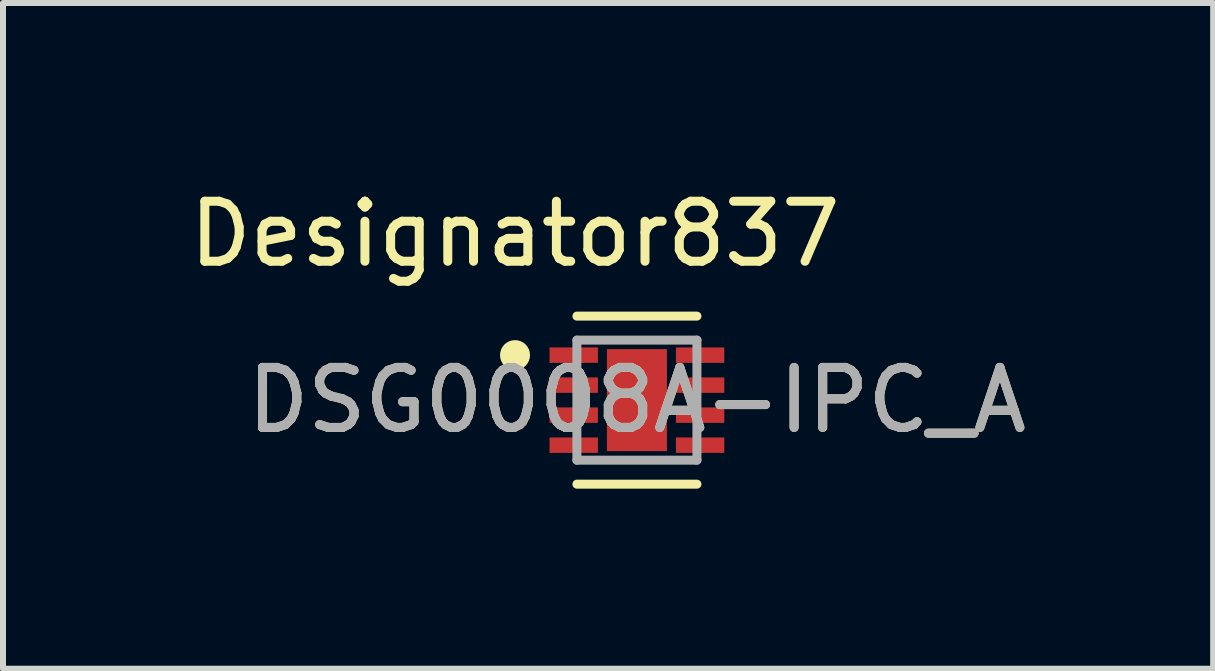
<source format=kicad_pcb>
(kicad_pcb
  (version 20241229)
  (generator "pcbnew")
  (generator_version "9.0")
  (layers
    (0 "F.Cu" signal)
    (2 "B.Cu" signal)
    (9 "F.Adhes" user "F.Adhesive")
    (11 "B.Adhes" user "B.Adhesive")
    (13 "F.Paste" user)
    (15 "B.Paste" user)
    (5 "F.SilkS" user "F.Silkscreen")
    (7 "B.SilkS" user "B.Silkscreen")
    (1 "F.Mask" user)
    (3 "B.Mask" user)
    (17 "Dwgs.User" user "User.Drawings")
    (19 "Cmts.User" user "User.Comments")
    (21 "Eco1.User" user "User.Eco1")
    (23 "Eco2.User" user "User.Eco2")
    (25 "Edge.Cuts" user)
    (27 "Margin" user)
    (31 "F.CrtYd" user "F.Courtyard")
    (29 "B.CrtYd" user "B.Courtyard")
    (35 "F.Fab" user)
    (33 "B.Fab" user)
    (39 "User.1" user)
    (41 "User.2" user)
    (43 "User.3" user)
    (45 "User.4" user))
  (footprint "DSG0008A-IPC_A"
    (layer "F.Cu")
    (at 7.562 3.617)
    (property "Reference" "DSG0008A-IPC_A" (at 0 0 0) (unlocked yes) (layer "F.SilkS") (effects (font (size 1 1) (thickness 0.15))))
    (attr smd)
    (fp_line (start -1 -1.4) (end 1 -1.4) (stroke (width 0.15) (type solid)) (layer "F.SilkS"))
    (fp_line (start -1 1.4) (end 1 1.4) (stroke (width 0.15) (type solid)) (layer "F.SilkS"))
    (fp_circle (center -2.031 -0.75) (end -1.906 -0.75) (stroke (width 0.25) (type solid)) (fill no) (layer "F.SilkS"))
    (fp_poly (pts (xy -0.273 0.623) (xy 0.273 0.623) (xy 0.273 -0.623) (xy -0.273 -0.623)) (stroke (width 0) (type solid)) (fill yes) (layer "F.Paste"))
    (fp_line (start -1 -1) (end 1 -1) (stroke (width 0.15) (type solid)) (layer "F.Fab"))
    (fp_line (start -1 1) (end -1 -1) (stroke (width 0.15) (type solid)) (layer "F.Fab"))
    (fp_line (start -1 1) (end 1 1) (stroke (width 0.15) (type solid)) (layer "F.Fab"))
    (fp_line (start 1 1) (end 1 -1) (stroke (width 0.15) (type solid)) (layer "F.Fab"))
    (fp_text user "Designator837" (at -2.032 -2.769 0) (unlocked yes) (layer "F.SilkS") (effects (font (size 1 1) (thickness 0.15))))
    (fp_text user "${REFERENCE}" (at 0 0 0) (unlocked yes) (layer "F.Fab") (effects (font (size 1 1) (thickness 0.15))))
    (pad "1" smd rect (at -1.053 -0.75) (size 0.806 0.257) (layers "F.Cu" "F.Mask" "F.Paste"))
    (pad "2" smd rect (at -1.053 -0.25) (size 0.806 0.257) (layers "F.Cu" "F.Mask" "F.Paste"))
    (pad "3" smd rect (at -1.053 0.25) (size 0.806 0.257) (layers "F.Cu" "F.Mask" "F.Paste"))
    (pad "4" smd rect (at -1.053 0.75) (size 0.806 0.257) (layers "F.Cu" "F.Mask" "F.Paste"))
    (pad "5" smd rect (at 1.053 0.75) (size 0.806 0.257) (layers "F.Cu" "F.Mask" "F.Paste"))
    (pad "6" smd rect (at 1.053 0.25) (size 0.806 0.257) (layers "F.Cu" "F.Mask" "F.Paste"))
    (pad "7" smd rect (at 1.053 -0.25) (size 0.806 0.257) (layers "F.Cu" "F.Mask" "F.Paste"))
    (pad "8" smd rect (at 1.053 -0.75) (size 0.806 0.257) (layers "F.Cu" "F.Mask" "F.Paste"))
    (pad "9" smd rect (at 0 0) (size 1 1.7) (layers "F.Cu" "F.Mask")))
  (gr_rect
    (start -3 -3)
    (end 17.163 8.092)
    (stroke (width 0.1) (type default))
    (fill no)
    (layer "Edge.Cuts")))
</source>
